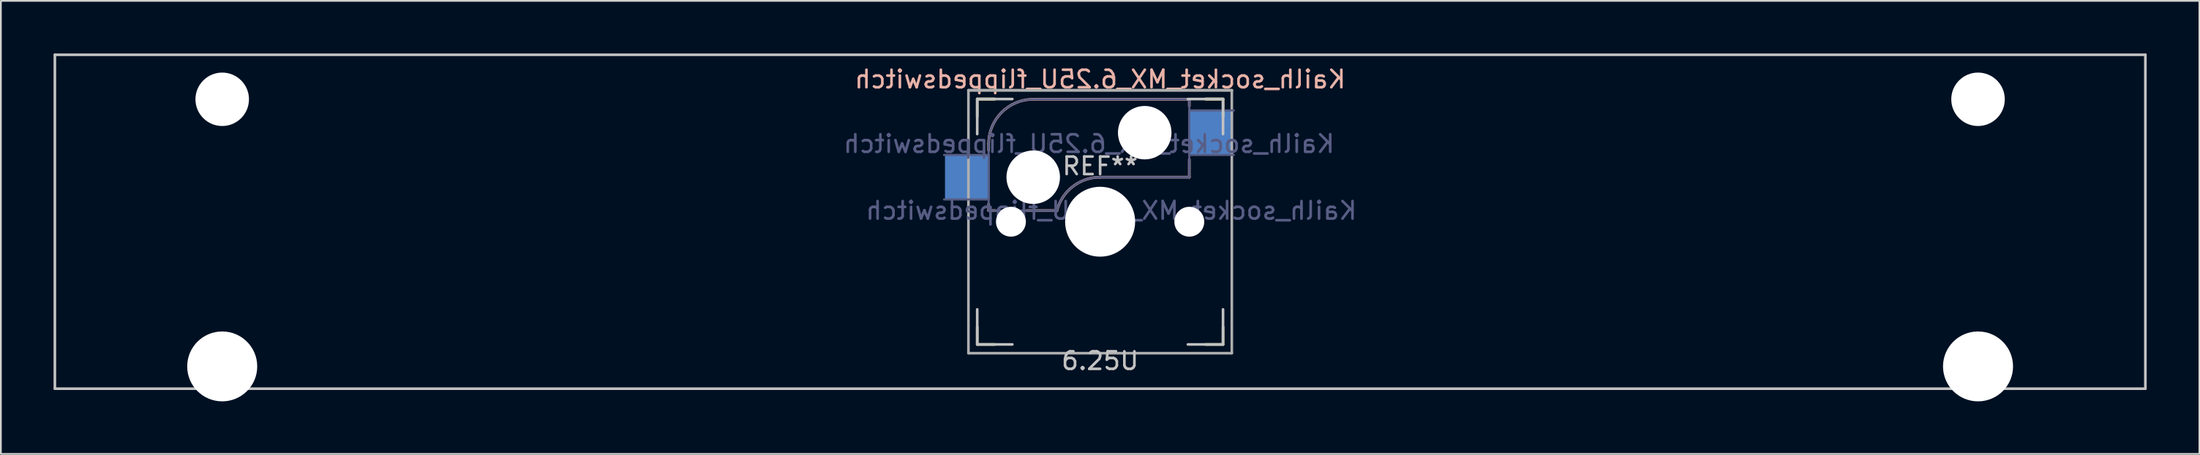
<source format=kicad_pcb>
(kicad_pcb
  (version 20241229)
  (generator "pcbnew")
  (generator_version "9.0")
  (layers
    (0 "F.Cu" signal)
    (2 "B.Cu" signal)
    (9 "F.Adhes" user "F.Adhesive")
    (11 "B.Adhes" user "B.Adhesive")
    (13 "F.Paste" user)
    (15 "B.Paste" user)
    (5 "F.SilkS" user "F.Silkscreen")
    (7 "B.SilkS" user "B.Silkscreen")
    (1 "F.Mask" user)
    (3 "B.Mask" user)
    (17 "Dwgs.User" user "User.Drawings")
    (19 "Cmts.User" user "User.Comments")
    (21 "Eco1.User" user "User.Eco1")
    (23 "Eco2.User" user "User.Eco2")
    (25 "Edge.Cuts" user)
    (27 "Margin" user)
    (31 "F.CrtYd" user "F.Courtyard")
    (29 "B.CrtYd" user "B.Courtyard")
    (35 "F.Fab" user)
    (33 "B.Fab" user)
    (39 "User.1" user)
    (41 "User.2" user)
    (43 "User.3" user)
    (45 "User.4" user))
  (footprint "Kailh_socket_MX_6.25U_flippedswitch"
    (layer "F.Cu")
    (at 59.606 9.6)
    (property "Reference" "Kailh_socket_MX_6.25U_flippedswitch" (at 0 -8.128 180) (layer "B.SilkS") (effects (font (size 1 1) (thickness 0.15)) (justify mirror)))
    (property "Value" "Kailh_socket_MX_6.25U_flippedswitch" (at 0 -8.255 180) (layer "F.Fab") (hide yes) (effects (font (size 1 1) (thickness 0.15))))
    (attr smd)
    (fp_line (start -7 -6) (end -7 -7) (stroke (width 0.15) (type solid)) (layer "F.SilkS"))
    (fp_line (start -7 7) (end -7 6) (stroke (width 0.15) (type solid)) (layer "F.SilkS"))
    (fp_line (start -7 7) (end -6 7) (stroke (width 0.15) (type solid)) (layer "F.SilkS"))
    (fp_line (start -6 -7) (end -7 -7) (stroke (width 0.15) (type solid)) (layer "F.SilkS"))
    (fp_line (start -6 -7) (end -7 -7) (stroke (width 0.15) (type solid)) (layer "F.SilkS"))
    (fp_line (start 6 7) (end 7 7) (stroke (width 0.15) (type solid)) (layer "F.SilkS"))
    (fp_line (start 7 -7) (end 6 -7) (stroke (width 0.15) (type solid)) (layer "F.SilkS"))
    (fp_line (start 7 -7) (end 6 -7) (stroke (width 0.15) (type solid)) (layer "F.SilkS"))
    (fp_line (start 7 -7) (end 7 -6) (stroke (width 0.15) (type solid)) (layer "F.SilkS"))
    (fp_line (start 7 6) (end 7 7) (stroke (width 0.15) (type solid)) (layer "F.SilkS"))
    (fp_line (start -6.35 -4.445) (end -6.35 -4.064) (stroke (width 0.15) (type solid)) (layer "B.SilkS"))
    (fp_line (start -6.35 -1.016) (end -6.35 -0.635) (stroke (width 0.15) (type solid)) (layer "B.SilkS"))
    (fp_line (start -5.969 -0.635) (end -6.35 -0.635) (stroke (width 0.15) (type solid)) (layer "B.SilkS"))
    (fp_line (start -3.81 -6.985) (end 5.08 -6.985) (stroke (width 0.15) (type solid)) (layer "B.SilkS"))
    (fp_line (start -2.464 -0.635) (end -4.191 -0.635) (stroke (width 0.15) (type solid)) (layer "B.SilkS"))
    (fp_line (start 5.08 -6.985) (end 5.08 -6.604) (stroke (width 0.15) (type solid)) (layer "B.SilkS"))
    (fp_line (start 5.08 -3.556) (end 5.08 -2.54) (stroke (width 0.15) (type solid)) (layer "B.SilkS"))
    (fp_line (start 5.08 -2.54) (end 0 -2.54) (stroke (width 0.15) (type solid)) (layer "B.SilkS"))
    (fp_arc (start -6.35 -4.445) (mid -5.606051 -6.241051) (end -3.81 -6.985) (stroke (width 0.15) (type solid)) (layer "B.SilkS"))
    (fp_arc (start -2.464162 -0.61604) (mid -1.563147 -2.002042) (end 0 -2.54) (stroke (width 0.15) (type solid)) (layer "B.SilkS"))
    (fp_line (start -59.531 -9.525) (end 59.531 -9.525) (stroke (width 0.15) (type solid)) (layer "Dwgs.User"))
    (fp_line (start -59.531 9.525) (end -59.531 -9.525) (stroke (width 0.15) (type solid)) (layer "Dwgs.User"))
    (fp_line (start -59.531 9.525) (end 59.531 9.525) (stroke (width 0.15) (type solid)) (layer "Dwgs.User"))
    (fp_line (start -7 -7) (end -7 -5) (stroke (width 0.15) (type solid)) (layer "Dwgs.User"))
    (fp_line (start -7 7) (end -7 5) (stroke (width 0.15) (type solid)) (layer "Dwgs.User"))
    (fp_line (start -5 -7) (end -7 -7) (stroke (width 0.15) (type solid)) (layer "Dwgs.User"))
    (fp_line (start -5 7) (end -7 7) (stroke (width 0.15) (type solid)) (layer "Dwgs.User"))
    (fp_line (start 5 7) (end 7 7) (stroke (width 0.15) (type solid)) (layer "Dwgs.User"))
    (fp_line (start 7 -7) (end 5 -7) (stroke (width 0.15) (type solid)) (layer "Dwgs.User"))
    (fp_line (start 7 -5) (end 7 -7) (stroke (width 0.15) (type solid)) (layer "Dwgs.User"))
    (fp_line (start 7 7) (end 7 5) (stroke (width 0.15) (type solid)) (layer "Dwgs.User"))
    (fp_line (start 59.531 -9.525) (end 59.531 9.525) (stroke (width 0.15) (type solid)) (layer "Dwgs.User"))
    (fp_line (start -6.9 6.9) (end -6.9 -6.9) (stroke (width 0.15) (type solid)) (layer "Eco2.User"))
    (fp_line (start -6.9 6.9) (end 6.9 6.9) (stroke (width 0.15) (type solid)) (layer "Eco2.User"))
    (fp_line (start 6.9 -6.9) (end -6.9 -6.9) (stroke (width 0.15) (type solid)) (layer "Eco2.User"))
    (fp_line (start 6.9 -6.9) (end -6.9 -6.9) (stroke (width 0.15) (type solid)) (layer "Eco2.User"))
    (fp_line (start 6.9 -6.9) (end 6.9 6.9) (stroke (width 0.15) (type solid)) (layer "Eco2.User"))
    (fp_line (start -8.89 -3.81) (end -6.35 -3.81) (stroke (width 0.12) (type solid)) (layer "B.Fab"))
    (fp_line (start -6.35 -1.27) (end -8.89 -1.27) (stroke (width 0.12) (type solid)) (layer "B.Fab"))
    (fp_line (start -6.35 -0.635) (end -6.35 -4.445) (stroke (width 0.12) (type solid)) (layer "B.Fab"))
    (fp_line (start -6.35 -0.635) (end -2.54 -0.635) (stroke (width 0.12) (type solid)) (layer "B.Fab"))
    (fp_line (start -3.81 -6.985) (end 5.08 -6.985) (stroke (width 0.12) (type solid)) (layer "B.Fab"))
    (fp_line (start 5.08 -6.985) (end 5.08 -2.54) (stroke (width 0.12) (type solid)) (layer "B.Fab"))
    (fp_line (start 5.08 -6.35) (end 7.62 -6.35) (stroke (width 0.12) (type solid)) (layer "B.Fab"))
    (fp_line (start 5.08 -2.54) (end 0 -2.54) (stroke (width 0.12) (type solid)) (layer "B.Fab"))
    (fp_line (start 7.62 -3.81) (end 5.08 -3.81) (stroke (width 0.12) (type solid)) (layer "B.Fab"))
    (fp_arc (start -6.35 -4.445) (mid -5.606051 -6.241051) (end -3.81 -6.985) (stroke (width 0.12) (type solid)) (layer "B.Fab"))
    (fp_arc (start -2.464162 -0.61604) (mid -1.563147 -2.002042) (end 0 -2.54) (stroke (width 0.12) (type solid)) (layer "B.Fab"))
    (fp_line (start -7.5 -7.5) (end 7.5 -7.5) (stroke (width 0.15) (type solid)) (layer "F.Fab"))
    (fp_line (start -7.5 -7.5) (end 7.5 -7.5) (stroke (width 0.15) (type solid)) (layer "F.Fab"))
    (fp_line (start -7.5 7.5) (end -7.5 -7.5) (stroke (width 0.15) (type solid)) (layer "F.Fab"))
    (fp_line (start 7.5 -7.5) (end 7.5 7.5) (stroke (width 0.15) (type solid)) (layer "F.Fab"))
    (fp_line (start 7.5 7.5) (end -7.5 7.5) (stroke (width 0.15) (type solid)) (layer "F.Fab"))
    (fp_text user "REF**" (at 0 -3.175 180) (layer "Dwgs.User") (effects (font (size 1 1) (thickness 0.15))))
    (fp_text user "6.25U" (at 0 7.938 180) (layer "Dwgs.User") (effects (font (size 1 1) (thickness 0.15))))
    (fp_text user "${REFERENCE}" (at -0.635 -4.445 0) (layer "B.Fab") (effects (font (size 1 1) (thickness 0.15)) (justify mirror)))
    (fp_text user "${VALUE}" (at 0.635 -0.635 180) (layer "B.Fab") (effects (font (size 1 1) (thickness 0.15)) (justify mirror)))
    (pad "" np_thru_hole circle (at -50 -6.985) (size 3.048 3.048) (drill 3.048) (layers "*.Cu" "*.Mask"))
    (pad "" np_thru_hole circle (at -50 8.255) (size 3.988 3.988) (drill 3.988) (layers "*.Cu" "*.Mask"))
    (pad "" np_thru_hole circle (at -5.08 0 180) (size 1.702 1.702) (drill 1.702) (layers "*.Cu" "*.Mask"))
    (pad "" np_thru_hole circle (at -3.81 -2.54) (size 3.048 3.048) (drill 3.048) (layers "*.Cu" "*.Mask"))
    (pad "" np_thru_hole circle (at 0 0 180) (size 3.988 3.988) (drill 3.988) (layers "*.Cu" "*.Mask"))
    (pad "" np_thru_hole circle (at 2.54 -5.08) (size 3.048 3.048) (drill 3.048) (layers "*.Cu" "*.Mask"))
    (pad "" np_thru_hole circle (at 5.08 0 180) (size 1.702 1.702) (drill 1.702) (layers "*.Cu" "*.Mask"))
    (pad "" np_thru_hole circle (at 50 -6.985) (size 3.048 3.048) (drill 3.048) (layers "*.Cu" "*.Mask"))
    (pad "" np_thru_hole circle (at 50 8.255) (size 3.988 3.988) (drill 3.988) (layers "*.Cu" "*.Mask"))
    (pad "1" smd rect (at -7.56 -2.54) (size 2.55 2.5) (layers "B.Cu" "B.Mask" "B.Paste"))
    (pad "2" smd rect (at 6.29 -5.08) (size 2.55 2.5) (layers "B.Cu" "B.Mask" "B.Paste")))
  (gr_rect
    (start -3 -3)
    (end 122.213 22.849)
    (stroke (width 0.1) (type default))
    (fill no)
    (layer "Edge.Cuts")))
</source>
